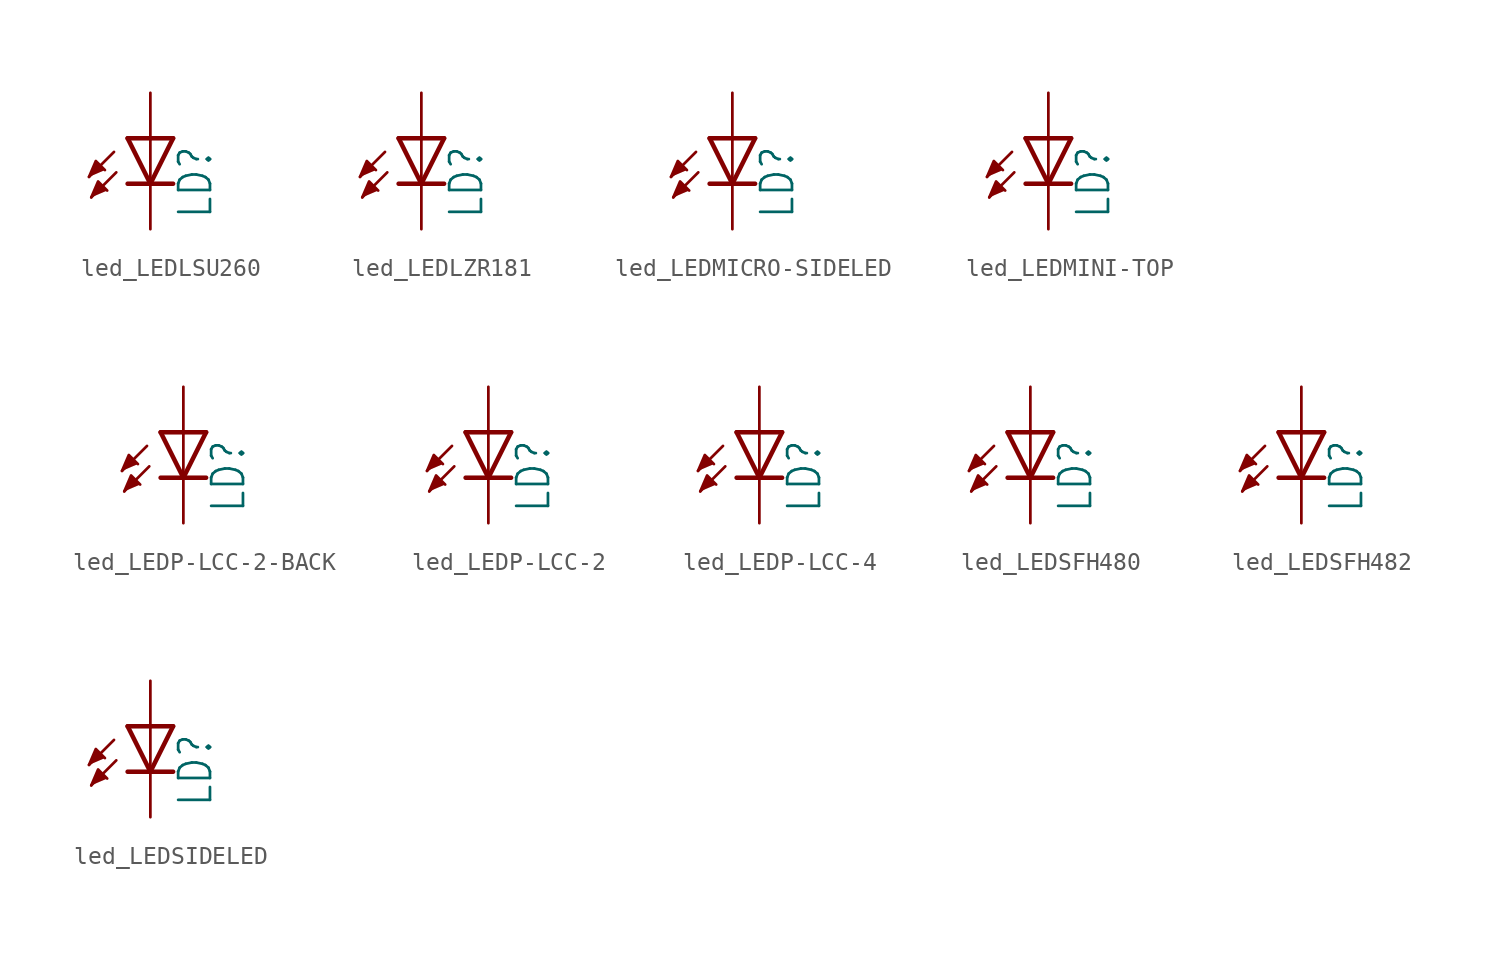
<source format=kicad_sym>
(kicad_symbol_lib
  (version 20220914)
  (generator kicad_symbol_editor)
  (symbol "led_LEDLSU260"
    (property "Reference" "LD"
      (at 3.556 -4.572 90)
      (effects (font (size 1.778 1.511)) (justify left bottom)))
    (property "Value" ""
      (at 5.715 -4.572 90)
      (effects (font (size 1.778 1.511)) (justify left bottom)))
    (property "ki_locked" ""
      (at 0 0 0)
      (effects (font (size 1.27 1.27))))
    (symbol "led_LEDLSU260_1_0"
      (polyline (pts (xy -2.032 -0.762) (xy -3.429 -2.159)) (stroke (width 0.152) (type solid)) (fill (type none)))
      (polyline (pts (xy -1.905 -1.905) (xy -3.302 -3.302)) (stroke (width 0.152) (type solid)) (fill (type none)))
      (polyline (pts (xy 0 -2.54) (xy -1.27 -2.54)) (stroke (width 0.254) (type solid)) (fill (type none)))
      (polyline (pts (xy 0 -2.54) (xy -1.27 0)) (stroke (width 0.254) (type solid)) (fill (type none)))
      (polyline (pts (xy 0 0) (xy -1.27 0)) (stroke (width 0.254) (type solid)) (fill (type none)))
      (polyline (pts (xy 0 0) (xy 0 -2.54)) (stroke (width 0.152) (type solid)) (fill (type none)))
      (polyline (pts (xy 1.27 -2.54) (xy 0 -2.54)) (stroke (width 0.254) (type solid)) (fill (type none)))
      (polyline (pts (xy 1.27 0) (xy 0 -2.54)) (stroke (width 0.254) (type solid)) (fill (type none)))
      (polyline (pts (xy 1.27 0) (xy 0 0)) (stroke (width 0.254) (type solid)) (fill (type none)))
      (polyline (pts (xy -3.429 -2.159) (xy -3.048 -1.27) (xy -2.54 -1.778)) (stroke (width 0.152) (type solid)) (fill (type outline)))
      (polyline (pts (xy -3.302 -3.302) (xy -2.921 -2.413) (xy -2.413 -2.921)) (stroke (width 0.152) (type solid)) (fill (type outline)))
      (pin passive line (at 0 2.54 270) (length 2.54) (name "A" (effects (font (size 0 0)))) (number "A" (effects (font (size 0 0)))))
      (pin passive line (at 0 -5.08 90) (length 2.54) (name "C" (effects (font (size 0 0)))) (number "K" (effects (font (size 0 0)))))))
  (symbol "led_LEDLZR181"
    (property "Reference" "LD"
      (at 3.556 -4.572 90)
      (effects (font (size 1.778 1.511)) (justify left bottom)))
    (property "Value" ""
      (at 5.715 -4.572 90)
      (effects (font (size 1.778 1.511)) (justify left bottom)))
    (property "ki_locked" ""
      (at 0 0 0)
      (effects (font (size 1.27 1.27))))
    (symbol "led_LEDLZR181_1_0"
      (polyline (pts (xy -2.032 -0.762) (xy -3.429 -2.159)) (stroke (width 0.152) (type solid)) (fill (type none)))
      (polyline (pts (xy -1.905 -1.905) (xy -3.302 -3.302)) (stroke (width 0.152) (type solid)) (fill (type none)))
      (polyline (pts (xy 0 -2.54) (xy -1.27 -2.54)) (stroke (width 0.254) (type solid)) (fill (type none)))
      (polyline (pts (xy 0 -2.54) (xy -1.27 0)) (stroke (width 0.254) (type solid)) (fill (type none)))
      (polyline (pts (xy 0 0) (xy -1.27 0)) (stroke (width 0.254) (type solid)) (fill (type none)))
      (polyline (pts (xy 0 0) (xy 0 -2.54)) (stroke (width 0.152) (type solid)) (fill (type none)))
      (polyline (pts (xy 1.27 -2.54) (xy 0 -2.54)) (stroke (width 0.254) (type solid)) (fill (type none)))
      (polyline (pts (xy 1.27 0) (xy 0 -2.54)) (stroke (width 0.254) (type solid)) (fill (type none)))
      (polyline (pts (xy 1.27 0) (xy 0 0)) (stroke (width 0.254) (type solid)) (fill (type none)))
      (polyline (pts (xy -3.429 -2.159) (xy -3.048 -1.27) (xy -2.54 -1.778)) (stroke (width 0.152) (type solid)) (fill (type outline)))
      (polyline (pts (xy -3.302 -3.302) (xy -2.921 -2.413) (xy -2.413 -2.921)) (stroke (width 0.152) (type solid)) (fill (type outline)))
      (pin passive line (at 0 2.54 270) (length 2.54) (name "A" (effects (font (size 0 0)))) (number "A" (effects (font (size 0 0)))))
      (pin passive line (at 0 -5.08 90) (length 2.54) (name "C" (effects (font (size 0 0)))) (number "K" (effects (font (size 0 0)))))))
  (symbol "led_LEDMICRO-SIDELED"
    (property "Reference" "LD"
      (at 3.556 -4.572 90)
      (effects (font (size 1.778 1.511)) (justify left bottom)))
    (property "Value" ""
      (at 5.715 -4.572 90)
      (effects (font (size 1.778 1.511)) (justify left bottom)))
    (property "ki_locked" ""
      (at 0 0 0)
      (effects (font (size 1.27 1.27))))
    (symbol "led_LEDMICRO-SIDELED_1_0"
      (polyline (pts (xy -2.032 -0.762) (xy -3.429 -2.159)) (stroke (width 0.152) (type solid)) (fill (type none)))
      (polyline (pts (xy -1.905 -1.905) (xy -3.302 -3.302)) (stroke (width 0.152) (type solid)) (fill (type none)))
      (polyline (pts (xy 0 -2.54) (xy -1.27 -2.54)) (stroke (width 0.254) (type solid)) (fill (type none)))
      (polyline (pts (xy 0 -2.54) (xy -1.27 0)) (stroke (width 0.254) (type solid)) (fill (type none)))
      (polyline (pts (xy 0 0) (xy -1.27 0)) (stroke (width 0.254) (type solid)) (fill (type none)))
      (polyline (pts (xy 0 0) (xy 0 -2.54)) (stroke (width 0.152) (type solid)) (fill (type none)))
      (polyline (pts (xy 1.27 -2.54) (xy 0 -2.54)) (stroke (width 0.254) (type solid)) (fill (type none)))
      (polyline (pts (xy 1.27 0) (xy 0 -2.54)) (stroke (width 0.254) (type solid)) (fill (type none)))
      (polyline (pts (xy 1.27 0) (xy 0 0)) (stroke (width 0.254) (type solid)) (fill (type none)))
      (polyline (pts (xy -3.429 -2.159) (xy -3.048 -1.27) (xy -2.54 -1.778)) (stroke (width 0.152) (type solid)) (fill (type outline)))
      (polyline (pts (xy -3.302 -3.302) (xy -2.921 -2.413) (xy -2.413 -2.921)) (stroke (width 0.152) (type solid)) (fill (type outline)))
      (pin passive line (at 0 2.54 270) (length 2.54) (name "A" (effects (font (size 0 0)))) (number "A" (effects (font (size 0 0)))))
      (pin passive line (at 0 -5.08 90) (length 2.54) (name "C" (effects (font (size 0 0)))) (number "C" (effects (font (size 0 0)))))))
  (symbol "led_LEDMINI-TOP"
    (property "Reference" "LD"
      (at 3.556 -4.572 90)
      (effects (font (size 1.778 1.511)) (justify left bottom)))
    (property "Value" ""
      (at 5.715 -4.572 90)
      (effects (font (size 1.778 1.511)) (justify left bottom)))
    (property "ki_locked" ""
      (at 0 0 0)
      (effects (font (size 1.27 1.27))))
    (symbol "led_LEDMINI-TOP_1_0"
      (polyline (pts (xy -2.032 -0.762) (xy -3.429 -2.159)) (stroke (width 0.152) (type solid)) (fill (type none)))
      (polyline (pts (xy -1.905 -1.905) (xy -3.302 -3.302)) (stroke (width 0.152) (type solid)) (fill (type none)))
      (polyline (pts (xy 0 -2.54) (xy -1.27 -2.54)) (stroke (width 0.254) (type solid)) (fill (type none)))
      (polyline (pts (xy 0 -2.54) (xy -1.27 0)) (stroke (width 0.254) (type solid)) (fill (type none)))
      (polyline (pts (xy 0 0) (xy -1.27 0)) (stroke (width 0.254) (type solid)) (fill (type none)))
      (polyline (pts (xy 0 0) (xy 0 -2.54)) (stroke (width 0.152) (type solid)) (fill (type none)))
      (polyline (pts (xy 1.27 -2.54) (xy 0 -2.54)) (stroke (width 0.254) (type solid)) (fill (type none)))
      (polyline (pts (xy 1.27 0) (xy 0 -2.54)) (stroke (width 0.254) (type solid)) (fill (type none)))
      (polyline (pts (xy 1.27 0) (xy 0 0)) (stroke (width 0.254) (type solid)) (fill (type none)))
      (polyline (pts (xy -3.429 -2.159) (xy -3.048 -1.27) (xy -2.54 -1.778)) (stroke (width 0.152) (type solid)) (fill (type outline)))
      (polyline (pts (xy -3.302 -3.302) (xy -2.921 -2.413) (xy -2.413 -2.921)) (stroke (width 0.152) (type solid)) (fill (type outline)))
      (pin passive line (at 0 2.54 270) (length 2.54) (name "A" (effects (font (size 0 0)))) (number "A" (effects (font (size 0 0)))))
      (pin passive line (at 0 -5.08 90) (length 2.54) (name "C" (effects (font (size 0 0)))) (number "C" (effects (font (size 0 0)))))))
  (symbol "led_LEDP-LCC-2-BACK"
    (property "Reference" "LD"
      (at 3.556 -4.572 90)
      (effects (font (size 1.778 1.511)) (justify left bottom)))
    (property "Value" ""
      (at 5.715 -4.572 90)
      (effects (font (size 1.778 1.511)) (justify left bottom)))
    (property "ki_locked" ""
      (at 0 0 0)
      (effects (font (size 1.27 1.27))))
    (symbol "led_LEDP-LCC-2-BACK_1_0"
      (polyline (pts (xy -2.032 -0.762) (xy -3.429 -2.159)) (stroke (width 0.152) (type solid)) (fill (type none)))
      (polyline (pts (xy -1.905 -1.905) (xy -3.302 -3.302)) (stroke (width 0.152) (type solid)) (fill (type none)))
      (polyline (pts (xy 0 -2.54) (xy -1.27 -2.54)) (stroke (width 0.254) (type solid)) (fill (type none)))
      (polyline (pts (xy 0 -2.54) (xy -1.27 0)) (stroke (width 0.254) (type solid)) (fill (type none)))
      (polyline (pts (xy 0 0) (xy -1.27 0)) (stroke (width 0.254) (type solid)) (fill (type none)))
      (polyline (pts (xy 0 0) (xy 0 -2.54)) (stroke (width 0.152) (type solid)) (fill (type none)))
      (polyline (pts (xy 1.27 -2.54) (xy 0 -2.54)) (stroke (width 0.254) (type solid)) (fill (type none)))
      (polyline (pts (xy 1.27 0) (xy 0 -2.54)) (stroke (width 0.254) (type solid)) (fill (type none)))
      (polyline (pts (xy 1.27 0) (xy 0 0)) (stroke (width 0.254) (type solid)) (fill (type none)))
      (polyline (pts (xy -3.429 -2.159) (xy -3.048 -1.27) (xy -2.54 -1.778)) (stroke (width 0.152) (type solid)) (fill (type outline)))
      (polyline (pts (xy -3.302 -3.302) (xy -2.921 -2.413) (xy -2.413 -2.921)) (stroke (width 0.152) (type solid)) (fill (type outline)))
      (pin passive line (at 0 2.54 270) (length 2.54) (name "A" (effects (font (size 0 0)))) (number "A" (effects (font (size 0 0)))))
      (pin passive line (at 0 -5.08 90) (length 2.54) (name "C" (effects (font (size 0 0)))) (number "C" (effects (font (size 0 0)))))))
  (symbol "led_LEDP-LCC-2"
    (property "Reference" "LD"
      (at 3.556 -4.572 90)
      (effects (font (size 1.778 1.511)) (justify left bottom)))
    (property "Value" ""
      (at 5.715 -4.572 90)
      (effects (font (size 1.778 1.511)) (justify left bottom)))
    (property "ki_locked" ""
      (at 0 0 0)
      (effects (font (size 1.27 1.27))))
    (symbol "led_LEDP-LCC-2_1_0"
      (polyline (pts (xy -2.032 -0.762) (xy -3.429 -2.159)) (stroke (width 0.152) (type solid)) (fill (type none)))
      (polyline (pts (xy -1.905 -1.905) (xy -3.302 -3.302)) (stroke (width 0.152) (type solid)) (fill (type none)))
      (polyline (pts (xy 0 -2.54) (xy -1.27 -2.54)) (stroke (width 0.254) (type solid)) (fill (type none)))
      (polyline (pts (xy 0 -2.54) (xy -1.27 0)) (stroke (width 0.254) (type solid)) (fill (type none)))
      (polyline (pts (xy 0 0) (xy -1.27 0)) (stroke (width 0.254) (type solid)) (fill (type none)))
      (polyline (pts (xy 0 0) (xy 0 -2.54)) (stroke (width 0.152) (type solid)) (fill (type none)))
      (polyline (pts (xy 1.27 -2.54) (xy 0 -2.54)) (stroke (width 0.254) (type solid)) (fill (type none)))
      (polyline (pts (xy 1.27 0) (xy 0 -2.54)) (stroke (width 0.254) (type solid)) (fill (type none)))
      (polyline (pts (xy 1.27 0) (xy 0 0)) (stroke (width 0.254) (type solid)) (fill (type none)))
      (polyline (pts (xy -3.429 -2.159) (xy -3.048 -1.27) (xy -2.54 -1.778)) (stroke (width 0.152) (type solid)) (fill (type outline)))
      (polyline (pts (xy -3.302 -3.302) (xy -2.921 -2.413) (xy -2.413 -2.921)) (stroke (width 0.152) (type solid)) (fill (type outline)))
      (pin passive line (at 0 2.54 270) (length 2.54) (name "A" (effects (font (size 0 0)))) (number "A" (effects (font (size 0 0)))))
      (pin passive line (at 0 -5.08 90) (length 2.54) (name "C" (effects (font (size 0 0)))) (number "C" (effects (font (size 0 0)))))))
  (symbol "led_LEDP-LCC-4"
    (property "Reference" "LD"
      (at 3.556 -4.572 90)
      (effects (font (size 1.778 1.511)) (justify left bottom)))
    (property "Value" ""
      (at 5.715 -4.572 90)
      (effects (font (size 1.778 1.511)) (justify left bottom)))
    (property "ki_locked" ""
      (at 0 0 0)
      (effects (font (size 1.27 1.27))))
    (symbol "led_LEDP-LCC-4_1_0"
      (polyline (pts (xy -2.032 -0.762) (xy -3.429 -2.159)) (stroke (width 0.152) (type solid)) (fill (type none)))
      (polyline (pts (xy -1.905 -1.905) (xy -3.302 -3.302)) (stroke (width 0.152) (type solid)) (fill (type none)))
      (polyline (pts (xy 0 -2.54) (xy -1.27 -2.54)) (stroke (width 0.254) (type solid)) (fill (type none)))
      (polyline (pts (xy 0 -2.54) (xy -1.27 0)) (stroke (width 0.254) (type solid)) (fill (type none)))
      (polyline (pts (xy 0 0) (xy -1.27 0)) (stroke (width 0.254) (type solid)) (fill (type none)))
      (polyline (pts (xy 0 0) (xy 0 -2.54)) (stroke (width 0.152) (type solid)) (fill (type none)))
      (polyline (pts (xy 1.27 -2.54) (xy 0 -2.54)) (stroke (width 0.254) (type solid)) (fill (type none)))
      (polyline (pts (xy 1.27 0) (xy 0 -2.54)) (stroke (width 0.254) (type solid)) (fill (type none)))
      (polyline (pts (xy 1.27 0) (xy 0 0)) (stroke (width 0.254) (type solid)) (fill (type none)))
      (polyline (pts (xy -3.429 -2.159) (xy -3.048 -1.27) (xy -2.54 -1.778)) (stroke (width 0.152) (type solid)) (fill (type outline)))
      (polyline (pts (xy -3.302 -3.302) (xy -2.921 -2.413) (xy -2.413 -2.921)) (stroke (width 0.152) (type solid)) (fill (type outline)))
      (pin passive line (at 0 2.54 270) (length 2.54) (name "A" (effects (font (size 0 0)))) (number "A" (effects (font (size 0 0)))))
      (pin passive line (at 0 -5.08 90) (length 2.54) (name "C" (effects (font (size 0 0)))) (number "C@4" (effects (font (size 0 0)))))))
  (symbol "led_LEDSFH480"
    (property "Reference" "LD"
      (at 3.556 -4.572 90)
      (effects (font (size 1.778 1.511)) (justify left bottom)))
    (property "Value" ""
      (at 5.715 -4.572 90)
      (effects (font (size 1.778 1.511)) (justify left bottom)))
    (property "ki_locked" ""
      (at 0 0 0)
      (effects (font (size 1.27 1.27))))
    (symbol "led_LEDSFH480_1_0"
      (polyline (pts (xy -2.032 -0.762) (xy -3.429 -2.159)) (stroke (width 0.152) (type solid)) (fill (type none)))
      (polyline (pts (xy -1.905 -1.905) (xy -3.302 -3.302)) (stroke (width 0.152) (type solid)) (fill (type none)))
      (polyline (pts (xy 0 -2.54) (xy -1.27 -2.54)) (stroke (width 0.254) (type solid)) (fill (type none)))
      (polyline (pts (xy 0 -2.54) (xy -1.27 0)) (stroke (width 0.254) (type solid)) (fill (type none)))
      (polyline (pts (xy 0 0) (xy -1.27 0)) (stroke (width 0.254) (type solid)) (fill (type none)))
      (polyline (pts (xy 0 0) (xy 0 -2.54)) (stroke (width 0.152) (type solid)) (fill (type none)))
      (polyline (pts (xy 1.27 -2.54) (xy 0 -2.54)) (stroke (width 0.254) (type solid)) (fill (type none)))
      (polyline (pts (xy 1.27 0) (xy 0 -2.54)) (stroke (width 0.254) (type solid)) (fill (type none)))
      (polyline (pts (xy 1.27 0) (xy 0 0)) (stroke (width 0.254) (type solid)) (fill (type none)))
      (polyline (pts (xy -3.429 -2.159) (xy -3.048 -1.27) (xy -2.54 -1.778)) (stroke (width 0.152) (type solid)) (fill (type outline)))
      (polyline (pts (xy -3.302 -3.302) (xy -2.921 -2.413) (xy -2.413 -2.921)) (stroke (width 0.152) (type solid)) (fill (type outline)))
      (pin passive line (at 0 2.54 270) (length 2.54) (name "A" (effects (font (size 0 0)))) (number "A" (effects (font (size 0 0)))))
      (pin passive line (at 0 -5.08 90) (length 2.54) (name "C" (effects (font (size 0 0)))) (number "K" (effects (font (size 0 0)))))))
  (symbol "led_LEDSFH482"
    (property "Reference" "LD"
      (at 3.556 -4.572 90)
      (effects (font (size 1.778 1.511)) (justify left bottom)))
    (property "Value" ""
      (at 5.715 -4.572 90)
      (effects (font (size 1.778 1.511)) (justify left bottom)))
    (property "ki_locked" ""
      (at 0 0 0)
      (effects (font (size 1.27 1.27))))
    (symbol "led_LEDSFH482_1_0"
      (polyline (pts (xy -2.032 -0.762) (xy -3.429 -2.159)) (stroke (width 0.152) (type solid)) (fill (type none)))
      (polyline (pts (xy -1.905 -1.905) (xy -3.302 -3.302)) (stroke (width 0.152) (type solid)) (fill (type none)))
      (polyline (pts (xy 0 -2.54) (xy -1.27 -2.54)) (stroke (width 0.254) (type solid)) (fill (type none)))
      (polyline (pts (xy 0 -2.54) (xy -1.27 0)) (stroke (width 0.254) (type solid)) (fill (type none)))
      (polyline (pts (xy 0 0) (xy -1.27 0)) (stroke (width 0.254) (type solid)) (fill (type none)))
      (polyline (pts (xy 0 0) (xy 0 -2.54)) (stroke (width 0.152) (type solid)) (fill (type none)))
      (polyline (pts (xy 1.27 -2.54) (xy 0 -2.54)) (stroke (width 0.254) (type solid)) (fill (type none)))
      (polyline (pts (xy 1.27 0) (xy 0 -2.54)) (stroke (width 0.254) (type solid)) (fill (type none)))
      (polyline (pts (xy 1.27 0) (xy 0 0)) (stroke (width 0.254) (type solid)) (fill (type none)))
      (polyline (pts (xy -3.429 -2.159) (xy -3.048 -1.27) (xy -2.54 -1.778)) (stroke (width 0.152) (type solid)) (fill (type outline)))
      (polyline (pts (xy -3.302 -3.302) (xy -2.921 -2.413) (xy -2.413 -2.921)) (stroke (width 0.152) (type solid)) (fill (type outline)))
      (pin passive line (at 0 2.54 270) (length 2.54) (name "A" (effects (font (size 0 0)))) (number "A" (effects (font (size 0 0)))))
      (pin passive line (at 0 -5.08 90) (length 2.54) (name "C" (effects (font (size 0 0)))) (number "K" (effects (font (size 0 0)))))))
  (symbol "led_LEDSIDELED"
    (property "Reference" "LD"
      (at 3.556 -4.572 90)
      (effects (font (size 1.778 1.511)) (justify left bottom)))
    (property "Value" ""
      (at 5.715 -4.572 90)
      (effects (font (size 1.778 1.511)) (justify left bottom)))
    (property "ki_locked" ""
      (at 0 0 0)
      (effects (font (size 1.27 1.27))))
    (symbol "led_LEDSIDELED_1_0"
      (polyline (pts (xy -2.032 -0.762) (xy -3.429 -2.159)) (stroke (width 0.152) (type solid)) (fill (type none)))
      (polyline (pts (xy -1.905 -1.905) (xy -3.302 -3.302)) (stroke (width 0.152) (type solid)) (fill (type none)))
      (polyline (pts (xy 0 -2.54) (xy -1.27 -2.54)) (stroke (width 0.254) (type solid)) (fill (type none)))
      (polyline (pts (xy 0 -2.54) (xy -1.27 0)) (stroke (width 0.254) (type solid)) (fill (type none)))
      (polyline (pts (xy 0 0) (xy -1.27 0)) (stroke (width 0.254) (type solid)) (fill (type none)))
      (polyline (pts (xy 0 0) (xy 0 -2.54)) (stroke (width 0.152) (type solid)) (fill (type none)))
      (polyline (pts (xy 1.27 -2.54) (xy 0 -2.54)) (stroke (width 0.254) (type solid)) (fill (type none)))
      (polyline (pts (xy 1.27 0) (xy 0 -2.54)) (stroke (width 0.254) (type solid)) (fill (type none)))
      (polyline (pts (xy 1.27 0) (xy 0 0)) (stroke (width 0.254) (type solid)) (fill (type none)))
      (polyline (pts (xy -3.429 -2.159) (xy -3.048 -1.27) (xy -2.54 -1.778)) (stroke (width 0.152) (type solid)) (fill (type outline)))
      (polyline (pts (xy -3.302 -3.302) (xy -2.921 -2.413) (xy -2.413 -2.921)) (stroke (width 0.152) (type solid)) (fill (type outline)))
      (pin passive line (at 0 2.54 270) (length 2.54) (name "A" (effects (font (size 0 0)))) (number "A" (effects (font (size 0 0)))))
      (pin passive line (at 0 -5.08 90) (length 2.54) (name "C" (effects (font (size 0 0)))) (number "C" (effects (font (size 0 0))))))))
</source>
